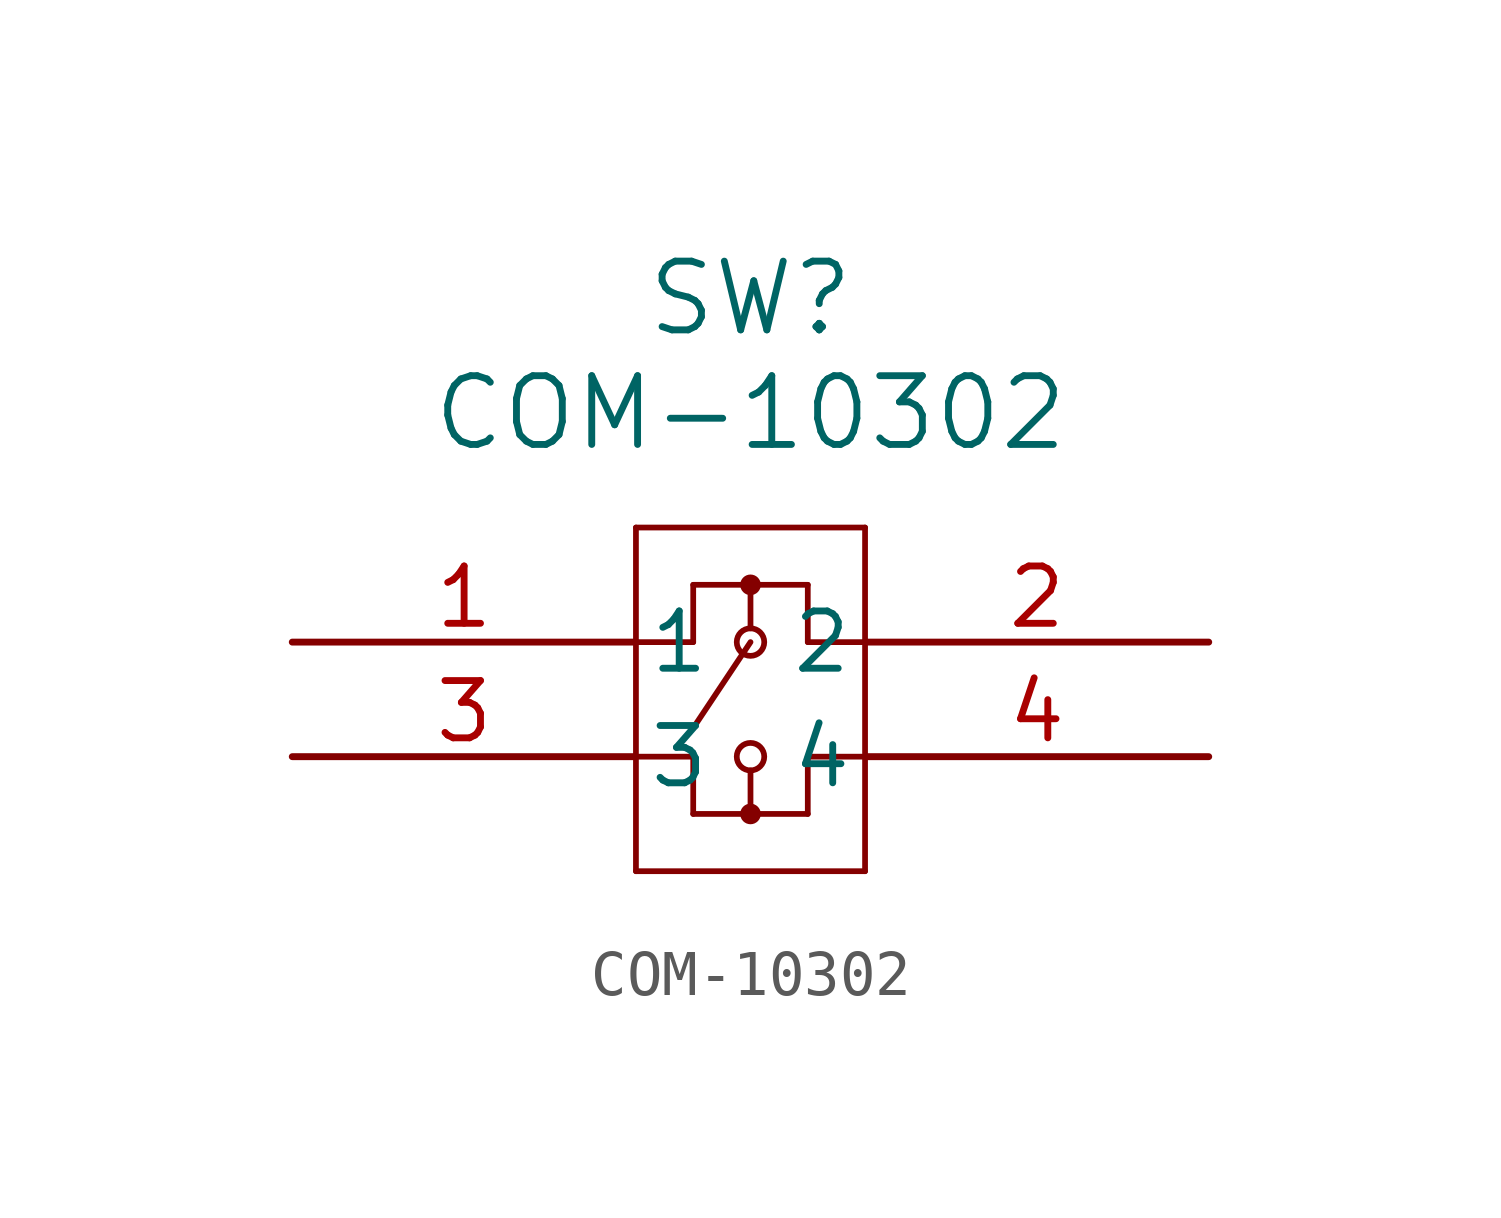
<source format=kicad_sym>
(kicad_symbol_lib
  (version 20211014)
  (generator kicad_symbol_editor)
  (symbol "COM-10302"
    (pin_names
      (offset 0.254))
    (property "Reference" "SW"
      (at 10.16 7.62 0)
      (effects (font (size 1.524 1.524))))
    (property "Value" "COM-10302"
      (at 10.16 5.08 0)
      (effects (font (size 1.524 1.524))))
    (symbol "COM-10302_0_1"
      (polyline (pts (xy 7.62 2.54) (xy 7.62 -5.08)) (stroke (width 0.127) (type default) (color 0 0 0 0)) (fill (type none)))
      (polyline (pts (xy 7.62 -5.08) (xy 12.7 -5.08)) (stroke (width 0.127) (type default) (color 0 0 0 0)) (fill (type none)))
      (polyline (pts (xy 12.7 -5.08) (xy 12.7 2.54)) (stroke (width 0.127) (type default) (color 0 0 0 0)) (fill (type none)))
      (polyline (pts (xy 12.7 2.54) (xy 7.62 2.54)) (stroke (width 0.127) (type default) (color 0 0 0 0)) (fill (type none)))
      (polyline (pts (xy 7.62 -2.54) (xy 8.89 -2.54)) (stroke (width 0.127) (type default) (color 0 0 0 0)) (fill (type none)))
      (polyline (pts (xy 8.89 -2.54) (xy 8.89 -3.81)) (stroke (width 0.127) (type default) (color 0 0 0 0)) (fill (type none)))
      (polyline (pts (xy 8.89 -3.81) (xy 11.43 -3.81)) (stroke (width 0.127) (type default) (color 0 0 0 0)) (fill (type none)))
      (polyline (pts (xy 7.62 0) (xy 8.89 0)) (stroke (width 0.127) (type default) (color 0 0 0 0)) (fill (type none)))
      (polyline (pts (xy 8.89 0) (xy 8.89 1.27)) (stroke (width 0.127) (type default) (color 0 0 0 0)) (fill (type none)))
      (polyline (pts (xy 8.89 1.27) (xy 11.43 1.27)) (stroke (width 0.127) (type default) (color 0 0 0 0)) (fill (type none)))
      (polyline (pts (xy 11.43 1.27) (xy 11.43 0)) (stroke (width 0.127) (type default) (color 0 0 0 0)) (fill (type none)))
      (polyline (pts (xy 11.43 0) (xy 12.7 0)) (stroke (width 0.127) (type default) (color 0 0 0 0)) (fill (type none)))
      (polyline (pts (xy 11.43 -3.81) (xy 11.43 -2.54)) (stroke (width 0.127) (type default) (color 0 0 0 0)) (fill (type none)))
      (polyline (pts (xy 11.43 -2.54) (xy 12.7 -2.54)) (stroke (width 0.127) (type default) (color 0 0 0 0)) (fill (type none)))
      (polyline (pts (xy 10.16 -3.81) (xy 10.16 -2.845)) (stroke (width 0.127) (type default) (color 0 0 0 0)) (fill (type none)))
      (polyline (pts (xy 10.16 1.27) (xy 10.16 0.305)) (stroke (width 0.127) (type default) (color 0 0 0 0)) (fill (type none)))
      (circle (center 10.16 0) (radius 0.305) (stroke (width 0.127) (type default) (color 0 0 0 0)) (fill (type none)))
      (circle (center 10.16 -2.54) (radius 0.305) (stroke (width 0.127) (type default) (color 0 0 0 0)) (fill (type none)))
      (polyline (pts (xy 10.16 0) (xy 8.89 -1.905)) (stroke (width 0.127) (type default) (color 0 0 0 0)) (fill (type none)))
      (circle (center 10.16 1.27) (radius 0.127) (stroke (width 0.203) (type default) (color 0 0 0 0)) (fill (type none)))
      (circle (center 10.16 -3.81) (radius 0.127) (stroke (width 0.203) (type default) (color 0 0 0 0)) (fill (type none)))
      (pin unspecified line (at 0 0 0) (length 7.62) (name "1" (effects (font (size 1.27 1.27)))) (number "1" (effects (font (size 1.27 1.27)))))
      (pin unspecified line (at 20.32 0 180) (length 7.62) (name "2" (effects (font (size 1.27 1.27)))) (number "2" (effects (font (size 1.27 1.27)))))
      (pin unspecified line (at 0 -2.54 0) (length 7.62) (name "3" (effects (font (size 1.27 1.27)))) (number "3" (effects (font (size 1.27 1.27)))))
      (pin unspecified line (at 20.32 -2.54 180) (length 7.62) (name "4" (effects (font (size 1.27 1.27)))) (number "4" (effects (font (size 1.27 1.27))))))))
</source>
